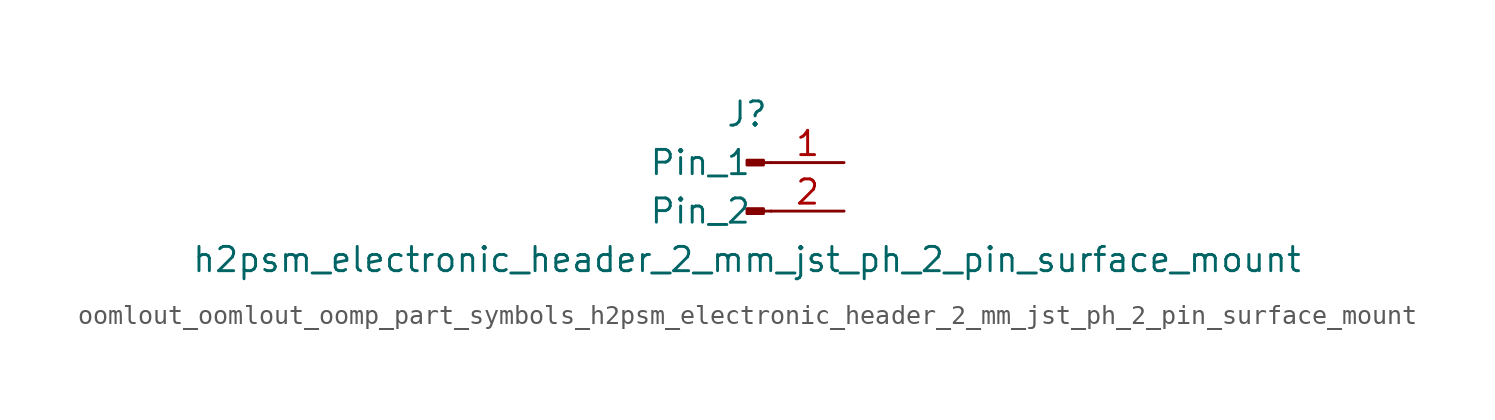
<source format=kicad_sym>
(kicad_symbol_lib
  (version 20220914)
  (generator kicad_symbol_editor)
  (symbol "oomlout_oomlout_oomp_part_symbols_h2psm_electronic_header_2_mm_jst_ph_2_pin_surface_mount"
    (pin_names
      (offset 1.016))
    (property "Reference" "J"
      (at 0 2.54 0)
      (effects (font (size 1.27 1.27))))
    (property "Value" "h2psm_electronic_header_2_mm_jst_ph_2_pin_surface_mount"
      (at 0 -5.08 0)
      (effects (font (size 1.27 1.27))))
    (property "ki_locked" ""
      (at 0 0 0)
      (effects (font (size 1.27 1.27))))
    (symbol "oomlout_oomlout_oomp_part_symbols_h2psm_electronic_header_2_mm_jst_ph_2_pin_surface_mount_1_1"
      (polyline (pts (xy 1.27 -2.54) (xy 0.864 -2.54)) (stroke (width 0.152) (type default)) (fill (type none)))
      (polyline (pts (xy 1.27 0) (xy 0.864 0)) (stroke (width 0.152) (type default)) (fill (type none)))
      (rectangle (start 0.864 -2.413) (end 0 -2.667) (stroke (width 0.152) (type default)) (fill (type outline)))
      (rectangle (start 0.864 0.127) (end 0 -0.127) (stroke (width 0.152) (type default)) (fill (type outline)))
      (pin passive line (at 5.08 0 180) (length 3.81) (name "Pin_1" (effects (font (size 1.27 1.27)))) (number "1" (effects (font (size 1.27 1.27)))))
      (pin passive line (at 5.08 -2.54 180) (length 3.81) (name "Pin_2" (effects (font (size 1.27 1.27)))) (number "2" (effects (font (size 1.27 1.27))))))))
</source>
